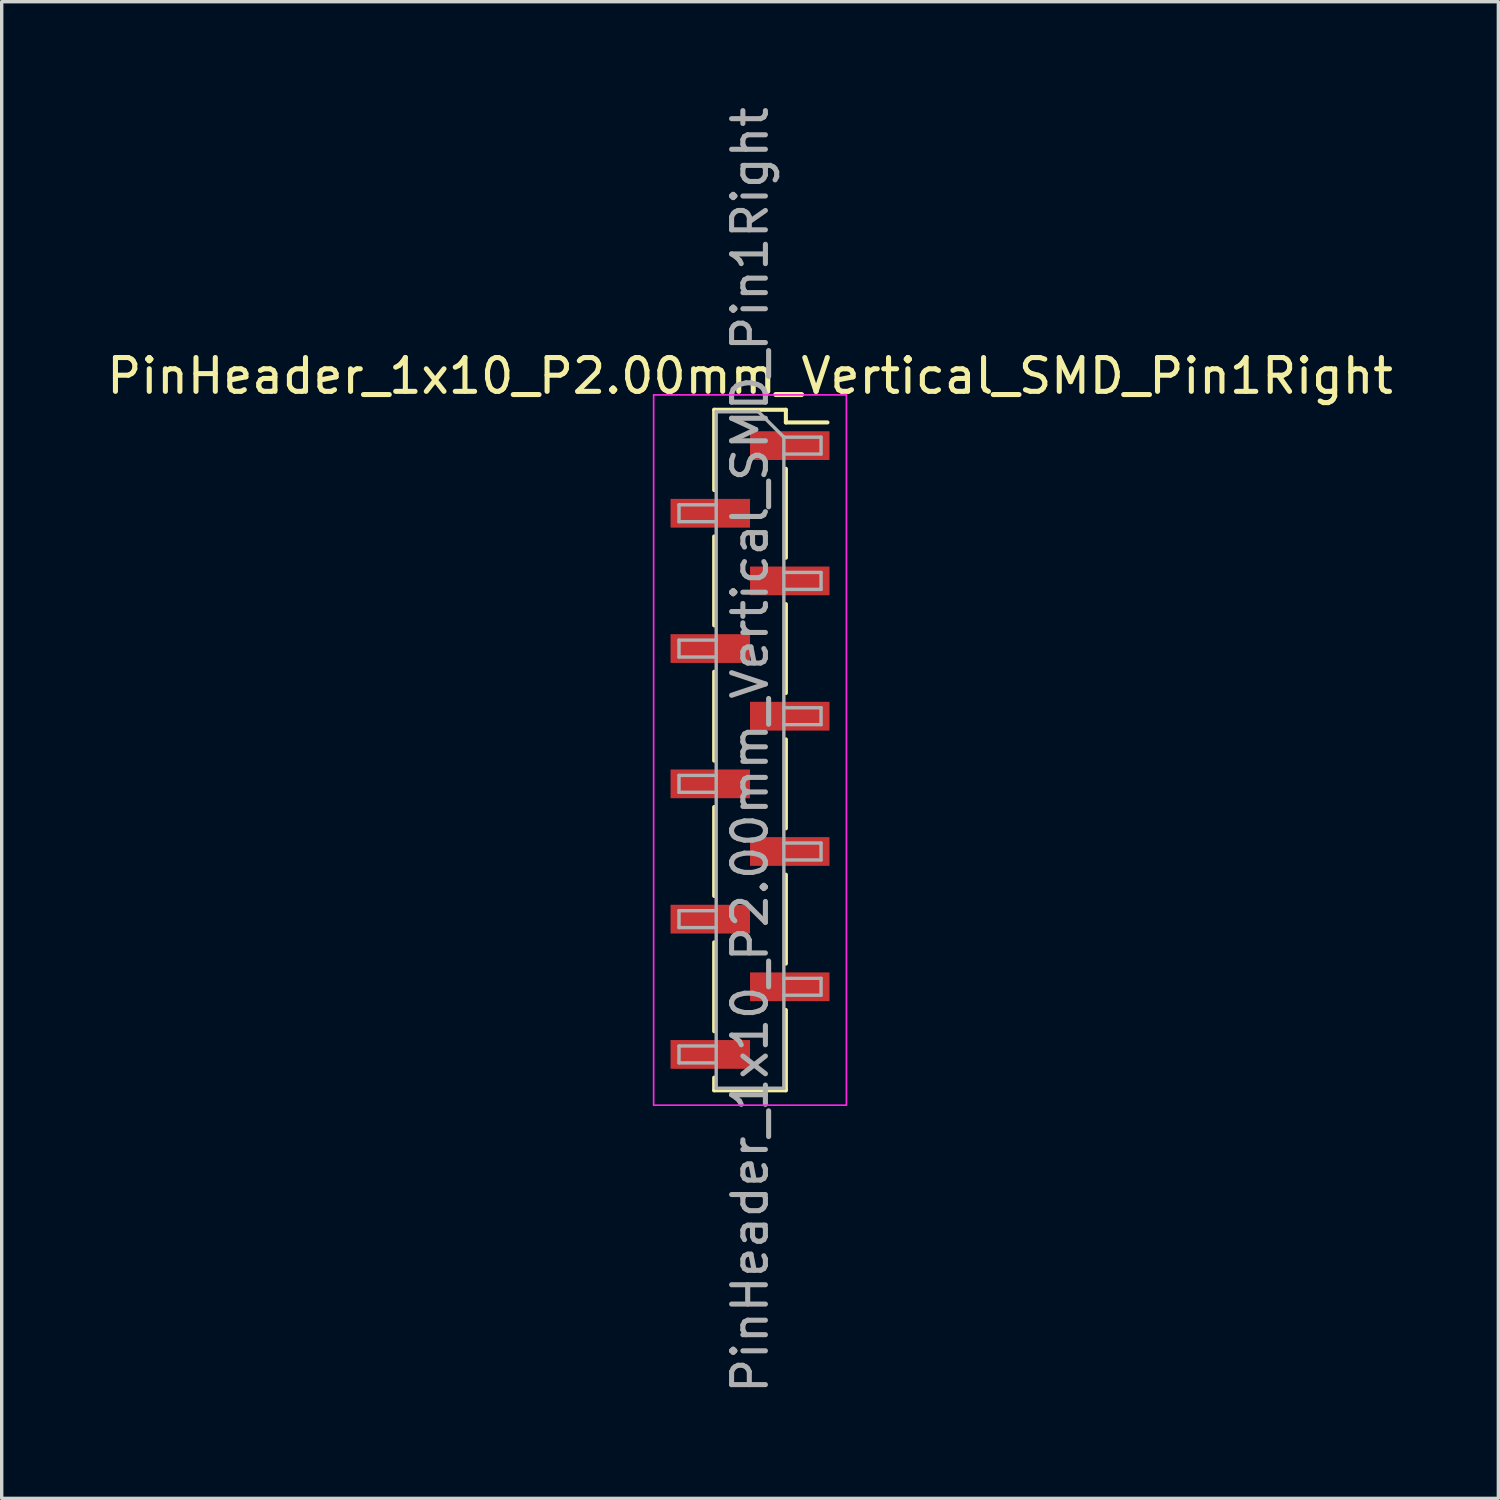
<source format=kicad_pcb>
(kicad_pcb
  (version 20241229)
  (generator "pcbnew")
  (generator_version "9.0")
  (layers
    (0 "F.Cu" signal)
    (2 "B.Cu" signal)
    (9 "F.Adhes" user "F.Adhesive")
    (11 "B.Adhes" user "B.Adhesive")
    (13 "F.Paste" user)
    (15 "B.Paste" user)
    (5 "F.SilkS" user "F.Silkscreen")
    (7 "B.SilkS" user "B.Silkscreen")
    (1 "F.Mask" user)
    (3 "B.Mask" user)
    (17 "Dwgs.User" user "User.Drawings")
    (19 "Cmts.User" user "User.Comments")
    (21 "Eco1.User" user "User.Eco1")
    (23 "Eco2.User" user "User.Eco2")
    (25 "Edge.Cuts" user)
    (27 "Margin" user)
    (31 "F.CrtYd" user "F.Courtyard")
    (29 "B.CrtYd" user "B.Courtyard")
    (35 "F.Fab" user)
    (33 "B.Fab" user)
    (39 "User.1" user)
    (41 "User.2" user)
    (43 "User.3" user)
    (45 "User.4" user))
  (footprint "PinHeader_1x10_P2.00mm_Vertical_SMD_Pin1Right"
    (layer "F.Cu")
    (at 19.125 19.125)
    (property "Reference" "PinHeader_1x10_P2.00mm_Vertical_SMD_Pin1Right" (at 0 -11.06 0) (layer "F.SilkS") (effects (font (size 1 1) (thickness 0.15))))
    (attr smd)
    (fp_line (start -1.06 -10.06) (end -1.06 -7.685) (stroke (width 0.12) (type solid)) (layer "F.SilkS"))
    (fp_line (start -1.06 -10.06) (end 1.06 -10.06) (stroke (width 0.12) (type solid)) (layer "F.SilkS"))
    (fp_line (start -1.06 -6.315) (end -1.06 -3.685) (stroke (width 0.12) (type solid)) (layer "F.SilkS"))
    (fp_line (start -1.06 -2.315) (end -1.06 0.315) (stroke (width 0.12) (type solid)) (layer "F.SilkS"))
    (fp_line (start -1.06 1.685) (end -1.06 4.315) (stroke (width 0.12) (type solid)) (layer "F.SilkS"))
    (fp_line (start -1.06 5.685) (end -1.06 8.315) (stroke (width 0.12) (type solid)) (layer "F.SilkS"))
    (fp_line (start -1.06 9.685) (end -1.06 10.06) (stroke (width 0.12) (type solid)) (layer "F.SilkS"))
    (fp_line (start -1.06 10.06) (end 1.06 10.06) (stroke (width 0.12) (type solid)) (layer "F.SilkS"))
    (fp_line (start 1.06 -10.06) (end 1.06 -9.685) (stroke (width 0.12) (type solid)) (layer "F.SilkS"))
    (fp_line (start 1.06 -9.685) (end 2.29 -9.685) (stroke (width 0.12) (type solid)) (layer "F.SilkS"))
    (fp_line (start 1.06 -8.315) (end 1.06 -5.685) (stroke (width 0.12) (type solid)) (layer "F.SilkS"))
    (fp_line (start 1.06 -4.315) (end 1.06 -1.685) (stroke (width 0.12) (type solid)) (layer "F.SilkS"))
    (fp_line (start 1.06 -0.315) (end 1.06 2.315) (stroke (width 0.12) (type solid)) (layer "F.SilkS"))
    (fp_line (start 1.06 3.685) (end 1.06 6.315) (stroke (width 0.12) (type solid)) (layer "F.SilkS"))
    (fp_line (start 1.06 7.685) (end 1.06 10.06) (stroke (width 0.12) (type solid)) (layer "F.SilkS"))
    (fp_line (start -2.85 -10.5) (end -2.85 10.5) (stroke (width 0.05) (type solid)) (layer "F.CrtYd"))
    (fp_line (start -2.85 10.5) (end 2.85 10.5) (stroke (width 0.05) (type solid)) (layer "F.CrtYd"))
    (fp_line (start 2.85 -10.5) (end -2.85 -10.5) (stroke (width 0.05) (type solid)) (layer "F.CrtYd"))
    (fp_line (start 2.85 10.5) (end 2.85 -10.5) (stroke (width 0.05) (type solid)) (layer "F.CrtYd"))
    (fp_line (start -2.1 -7.25) (end -2.1 -6.75) (stroke (width 0.1) (type solid)) (layer "F.Fab"))
    (fp_line (start -2.1 -6.75) (end -1 -6.75) (stroke (width 0.1) (type solid)) (layer "F.Fab"))
    (fp_line (start -2.1 -3.25) (end -2.1 -2.75) (stroke (width 0.1) (type solid)) (layer "F.Fab"))
    (fp_line (start -2.1 -2.75) (end -1 -2.75) (stroke (width 0.1) (type solid)) (layer "F.Fab"))
    (fp_line (start -2.1 0.75) (end -2.1 1.25) (stroke (width 0.1) (type solid)) (layer "F.Fab"))
    (fp_line (start -2.1 1.25) (end -1 1.25) (stroke (width 0.1) (type solid)) (layer "F.Fab"))
    (fp_line (start -2.1 4.75) (end -2.1 5.25) (stroke (width 0.1) (type solid)) (layer "F.Fab"))
    (fp_line (start -2.1 5.25) (end -1 5.25) (stroke (width 0.1) (type solid)) (layer "F.Fab"))
    (fp_line (start -2.1 8.75) (end -2.1 9.25) (stroke (width 0.1) (type solid)) (layer "F.Fab"))
    (fp_line (start -2.1 9.25) (end -1 9.25) (stroke (width 0.1) (type solid)) (layer "F.Fab"))
    (fp_line (start -1 -10) (end -1 10) (stroke (width 0.1) (type solid)) (layer "F.Fab"))
    (fp_line (start -1 -10) (end 0.25 -10) (stroke (width 0.1) (type solid)) (layer "F.Fab"))
    (fp_line (start -1 -7.25) (end -2.1 -7.25) (stroke (width 0.1) (type solid)) (layer "F.Fab"))
    (fp_line (start -1 -3.25) (end -2.1 -3.25) (stroke (width 0.1) (type solid)) (layer "F.Fab"))
    (fp_line (start -1 0.75) (end -2.1 0.75) (stroke (width 0.1) (type solid)) (layer "F.Fab"))
    (fp_line (start -1 4.75) (end -2.1 4.75) (stroke (width 0.1) (type solid)) (layer "F.Fab"))
    (fp_line (start -1 8.75) (end -2.1 8.75) (stroke (width 0.1) (type solid)) (layer "F.Fab"))
    (fp_line (start 1 -9.25) (end 0.25 -10) (stroke (width 0.1) (type solid)) (layer "F.Fab"))
    (fp_line (start 1 -9.25) (end 2.1 -9.25) (stroke (width 0.1) (type solid)) (layer "F.Fab"))
    (fp_line (start 1 -5.25) (end 2.1 -5.25) (stroke (width 0.1) (type solid)) (layer "F.Fab"))
    (fp_line (start 1 -1.25) (end 2.1 -1.25) (stroke (width 0.1) (type solid)) (layer "F.Fab"))
    (fp_line (start 1 2.75) (end 2.1 2.75) (stroke (width 0.1) (type solid)) (layer "F.Fab"))
    (fp_line (start 1 6.75) (end 2.1 6.75) (stroke (width 0.1) (type solid)) (layer "F.Fab"))
    (fp_line (start 1 10) (end -1 10) (stroke (width 0.1) (type solid)) (layer "F.Fab"))
    (fp_line (start 1 10) (end 1 -9.25) (stroke (width 0.1) (type solid)) (layer "F.Fab"))
    (fp_line (start 2.1 -9.25) (end 2.1 -8.75) (stroke (width 0.1) (type solid)) (layer "F.Fab"))
    (fp_line (start 2.1 -8.75) (end 1 -8.75) (stroke (width 0.1) (type solid)) (layer "F.Fab"))
    (fp_line (start 2.1 -5.25) (end 2.1 -4.75) (stroke (width 0.1) (type solid)) (layer "F.Fab"))
    (fp_line (start 2.1 -4.75) (end 1 -4.75) (stroke (width 0.1) (type solid)) (layer "F.Fab"))
    (fp_line (start 2.1 -1.25) (end 2.1 -0.75) (stroke (width 0.1) (type solid)) (layer "F.Fab"))
    (fp_line (start 2.1 -0.75) (end 1 -0.75) (stroke (width 0.1) (type solid)) (layer "F.Fab"))
    (fp_line (start 2.1 2.75) (end 2.1 3.25) (stroke (width 0.1) (type solid)) (layer "F.Fab"))
    (fp_line (start 2.1 3.25) (end 1 3.25) (stroke (width 0.1) (type solid)) (layer "F.Fab"))
    (fp_line (start 2.1 6.75) (end 2.1 7.25) (stroke (width 0.1) (type solid)) (layer "F.Fab"))
    (fp_line (start 2.1 7.25) (end 1 7.25) (stroke (width 0.1) (type solid)) (layer "F.Fab"))
    (fp_text user "${REFERENCE}" (at 0 0 90) (layer "F.Fab") (effects (font (size 1 1) (thickness 0.15))))
    (pad "1" smd rect (at 1.175 -9) (size 2.35 0.85) (layers "F.Cu" "F.Mask" "F.Paste"))
    (pad "2" smd rect (at -1.175 -7) (size 2.35 0.85) (layers "F.Cu" "F.Mask" "F.Paste"))
    (pad "3" smd rect (at 1.175 -5) (size 2.35 0.85) (layers "F.Cu" "F.Mask" "F.Paste"))
    (pad "4" smd rect (at -1.175 -3) (size 2.35 0.85) (layers "F.Cu" "F.Mask" "F.Paste"))
    (pad "5" smd rect (at 1.175 -1) (size 2.35 0.85) (layers "F.Cu" "F.Mask" "F.Paste"))
    (pad "6" smd rect (at -1.175 1) (size 2.35 0.85) (layers "F.Cu" "F.Mask" "F.Paste"))
    (pad "7" smd rect (at 1.175 3) (size 2.35 0.85) (layers "F.Cu" "F.Mask" "F.Paste"))
    (pad "8" smd rect (at -1.175 5) (size 2.35 0.85) (layers "F.Cu" "F.Mask" "F.Paste"))
    (pad "9" smd rect (at 1.175 7) (size 2.35 0.85) (layers "F.Cu" "F.Mask" "F.Paste"))
    (pad "10" smd rect (at -1.175 9) (size 2.35 0.85) (layers "F.Cu" "F.Mask" "F.Paste")))
  (gr_rect
    (start -3 -3)
    (end 41.25 41.25)
    (stroke (width 0.1) (type default))
    (fill no)
    (layer "Edge.Cuts")))
</source>
